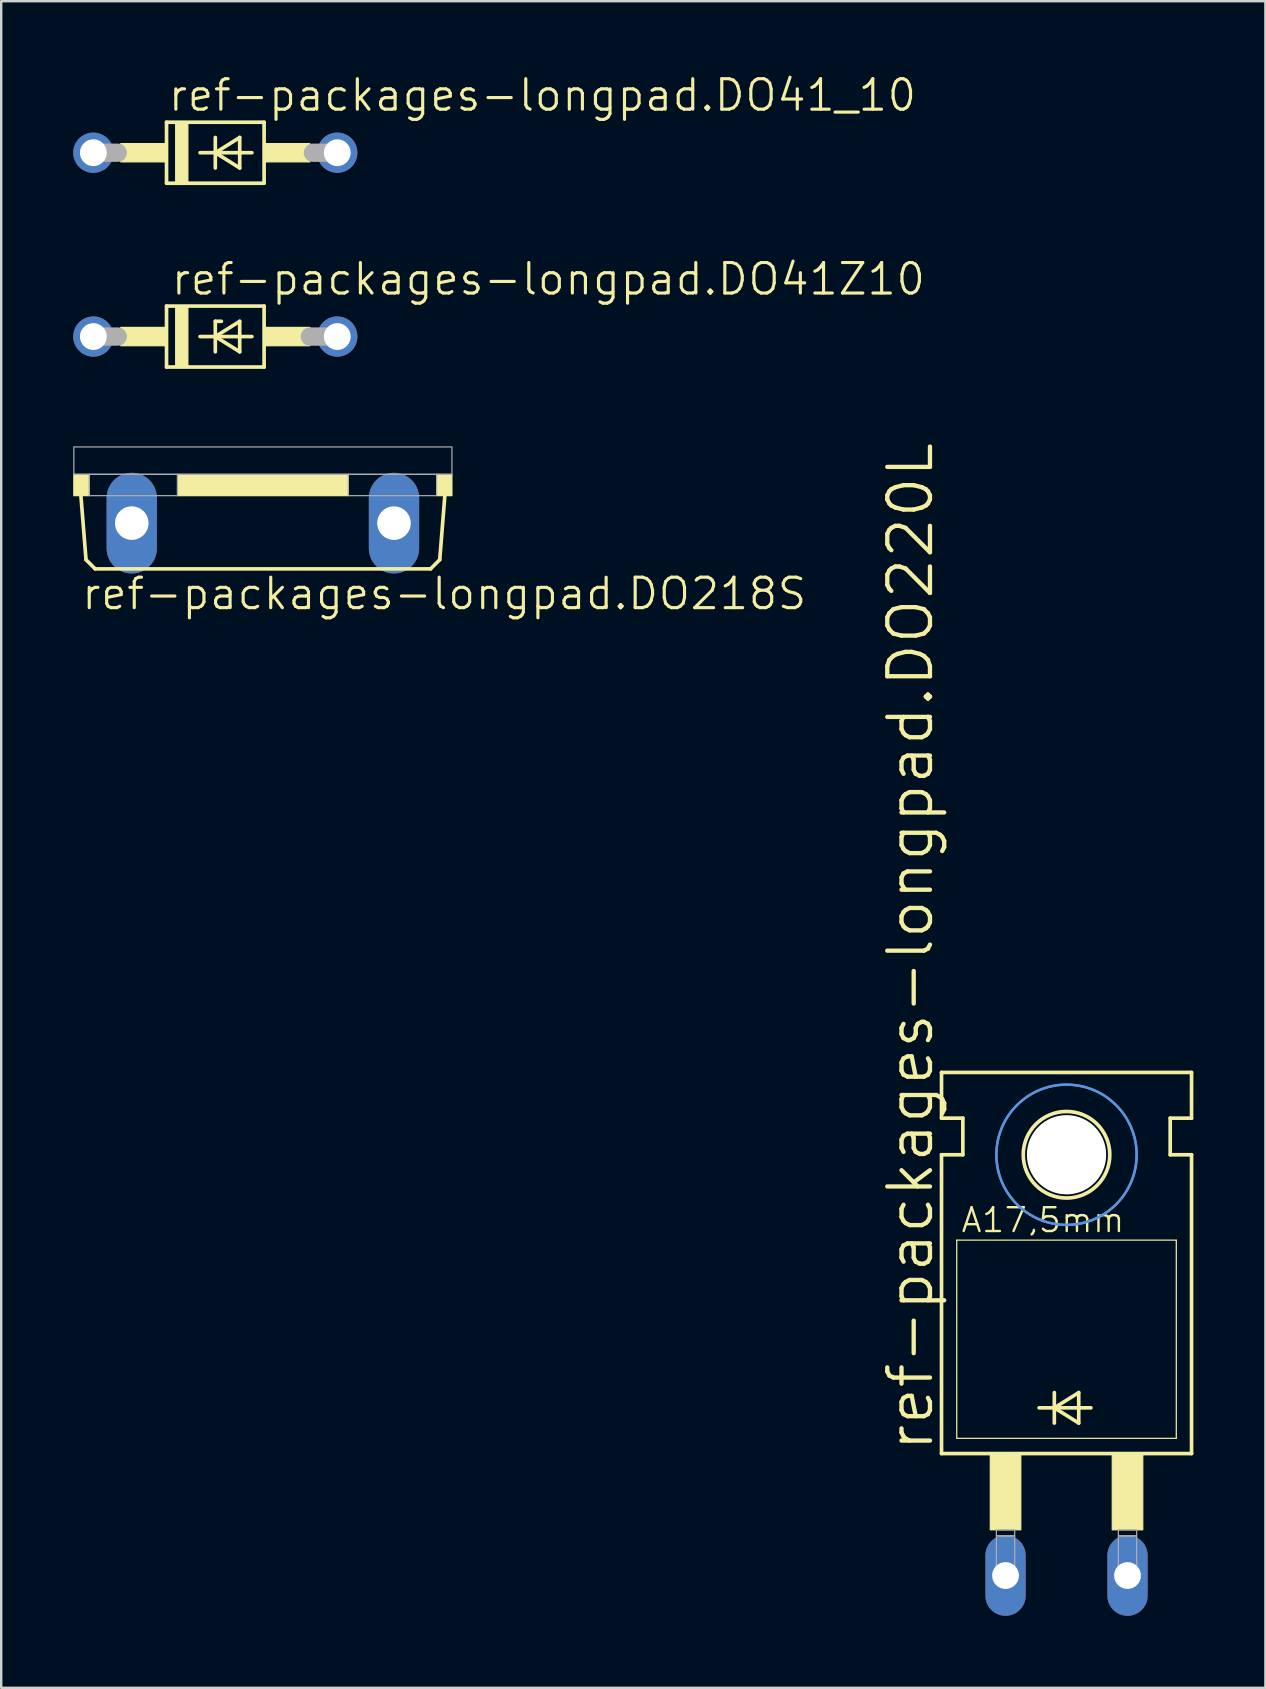
<source format=kicad_pcb>
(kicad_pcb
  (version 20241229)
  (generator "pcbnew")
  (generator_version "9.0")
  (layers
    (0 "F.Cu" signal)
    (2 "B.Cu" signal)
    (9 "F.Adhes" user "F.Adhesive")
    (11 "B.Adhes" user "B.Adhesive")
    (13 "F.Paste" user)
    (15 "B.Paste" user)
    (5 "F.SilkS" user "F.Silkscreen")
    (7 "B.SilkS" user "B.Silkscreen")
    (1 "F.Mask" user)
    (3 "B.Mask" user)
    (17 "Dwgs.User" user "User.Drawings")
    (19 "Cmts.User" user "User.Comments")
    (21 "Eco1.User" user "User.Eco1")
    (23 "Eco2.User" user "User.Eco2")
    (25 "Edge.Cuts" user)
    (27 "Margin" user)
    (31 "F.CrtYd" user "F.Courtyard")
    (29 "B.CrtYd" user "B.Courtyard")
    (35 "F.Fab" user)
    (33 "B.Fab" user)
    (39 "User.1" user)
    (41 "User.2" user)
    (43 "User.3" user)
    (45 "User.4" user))
  (footprint "ref-packages-longpad.DO41_10"
    (layer "F.Cu")
    (at 5.918 3.311)
    (property "Reference" "ref-packages-longpad.DO41_10" (at -2.032 -1.651 0) (layer "F.SilkS") (effects (font (size 1.27 1.27) (thickness 0.13)) (justify left bottom)))
    (attr through_hole)
    (fp_line (start -2.032 -1.27) (end -2.032 1.27) (stroke (width 0.152) (type default)) (layer "F.SilkS"))
    (fp_line (start -2.032 -1.27) (end 2.032 -1.27) (stroke (width 0.152) (type default)) (layer "F.SilkS"))
    (fp_line (start -0.635 0) (end 0 0) (stroke (width 0.152) (type default)) (layer "F.SilkS"))
    (fp_line (start 0 -0.635) (end 0 0) (stroke (width 0.152) (type default)) (layer "F.SilkS"))
    (fp_line (start 0 0) (end 0 0.635) (stroke (width 0.152) (type default)) (layer "F.SilkS"))
    (fp_line (start 0 0) (end 1.016 -0.635) (stroke (width 0.152) (type default)) (layer "F.SilkS"))
    (fp_line (start 0 0) (end 1.524 0) (stroke (width 0.152) (type default)) (layer "F.SilkS"))
    (fp_line (start 1.016 -0.635) (end 1.016 0.635) (stroke (width 0.152) (type default)) (layer "F.SilkS"))
    (fp_line (start 1.016 0.635) (end 0 0) (stroke (width 0.152) (type default)) (layer "F.SilkS"))
    (fp_line (start 2.032 1.27) (end -2.032 1.27) (stroke (width 0.152) (type default)) (layer "F.SilkS"))
    (fp_line (start 2.032 1.27) (end 2.032 -1.27) (stroke (width 0.152) (type default)) (layer "F.SilkS"))
    (fp_rect (start -3.937 0.381) (end -2.032 -0.381) (stroke (width 0.05) (type default)) (fill yes) (layer "F.SilkS"))
    (fp_rect (start -1.651 1.27) (end -1.143 -1.27) (stroke (width 0.05) (type default)) (fill yes) (layer "F.SilkS"))
    (fp_rect (start 2.032 0.381) (end 3.937 -0.381) (stroke (width 0.05) (type default)) (fill yes) (layer "F.SilkS"))
    (fp_line (start -5.08 0) (end -4.064 0) (stroke (width 0.762) (type default)) (layer "F.Fab"))
    (fp_line (start 5.08 0) (end 4.064 0) (stroke (width 0.762) (type default)) (layer "F.Fab"))
    (pad "A" thru_hole circle (at 5.08 0) (size 1.676 1.676) (drill 1.118) (layers "*.Cu" "*.Mask"))
    (pad "C" thru_hole circle (at -5.08 0) (size 1.676 1.676) (drill 1.118) (layers "*.Cu" "*.Mask")))
  (footprint "ref-packages-longpad.DO41Z10"
    (layer "F.Cu")
    (at 5.918 10.968)
    (property "Reference" "ref-packages-longpad.DO41Z10" (at -1.905 -1.651 0) (layer "F.SilkS") (effects (font (size 1.27 1.27) (thickness 0.13)) (justify left bottom)))
    (attr through_hole)
    (fp_line (start -2.032 -1.27) (end -2.032 1.27) (stroke (width 0.152) (type default)) (layer "F.SilkS"))
    (fp_line (start -2.032 -1.27) (end 2.032 -1.27) (stroke (width 0.152) (type default)) (layer "F.SilkS"))
    (fp_line (start -0.635 0) (end 0 0) (stroke (width 0.152) (type default)) (layer "F.SilkS"))
    (fp_line (start 0 -0.635) (end 0 0) (stroke (width 0.152) (type default)) (layer "F.SilkS"))
    (fp_line (start 0 0) (end 0 0.635) (stroke (width 0.152) (type default)) (layer "F.SilkS"))
    (fp_line (start 0 0) (end 1.016 -0.635) (stroke (width 0.152) (type default)) (layer "F.SilkS"))
    (fp_line (start 0 0) (end 1.524 0) (stroke (width 0.152) (type default)) (layer "F.SilkS"))
    (fp_line (start 0.254 -0.635) (end 0 -0.635) (stroke (width 0.152) (type default)) (layer "F.SilkS"))
    (fp_line (start 1.016 -0.635) (end 1.016 0.635) (stroke (width 0.152) (type default)) (layer "F.SilkS"))
    (fp_line (start 1.016 0.635) (end 0 0) (stroke (width 0.152) (type default)) (layer "F.SilkS"))
    (fp_line (start 2.032 1.27) (end -2.032 1.27) (stroke (width 0.152) (type default)) (layer "F.SilkS"))
    (fp_line (start 2.032 1.27) (end 2.032 -1.27) (stroke (width 0.152) (type default)) (layer "F.SilkS"))
    (fp_rect (start -3.937 0.381) (end -2.032 -0.381) (stroke (width 0.05) (type default)) (fill yes) (layer "F.SilkS"))
    (fp_rect (start -1.651 1.27) (end -1.143 -1.27) (stroke (width 0.05) (type default)) (fill yes) (layer "F.SilkS"))
    (fp_rect (start 2.032 0.381) (end 3.937 -0.381) (stroke (width 0.05) (type default)) (fill yes) (layer "F.SilkS"))
    (fp_line (start -5.08 0) (end -4.064 0) (stroke (width 0.762) (type default)) (layer "F.Fab"))
    (fp_line (start 5.08 0) (end 3.937 0) (stroke (width 0.762) (type default)) (layer "F.Fab"))
    (pad "A" thru_hole circle (at 5.08 0) (size 1.676 1.676) (drill 1.118) (layers "*.Cu" "*.Mask"))
    (pad "C" thru_hole circle (at -5.08 0) (size 1.676 1.676) (drill 1.118) (layers "*.Cu" "*.Mask")))
  (footprint "ref-packages-longpad.DO220L"
    (layer "F.Cu")
    (at 41.372 56.223)
    (property "Reference" "ref-packages-longpad.DO220L" (at -5.461 1.27 90) (layer "F.SilkS") (effects (font (size 1.778 1.778) (thickness 0.18)) (justify left bottom)))
    (attr through_hole)
    (fp_line (start -5.207 -12.7) (end -5.207 -14.605) (stroke (width 0.152) (type default)) (layer "F.SilkS"))
    (fp_line (start -5.207 -11.176) (end -4.318 -11.176) (stroke (width 0.152) (type default)) (layer "F.SilkS"))
    (fp_line (start -5.207 1.27) (end -5.207 -11.176) (stroke (width 0.152) (type default)) (layer "F.SilkS"))
    (fp_line (start -5.207 1.27) (end 5.207 1.27) (stroke (width 0.152) (type default)) (layer "F.SilkS"))
    (fp_line (start -4.572 0.635) (end -4.572 -7.62) (stroke (width 0.051) (type default)) (layer "F.SilkS"))
    (fp_line (start -4.572 0.635) (end 4.572 0.635) (stroke (width 0.051) (type default)) (layer "F.SilkS"))
    (fp_line (start -4.318 -12.7) (end -5.207 -12.7) (stroke (width 0.152) (type default)) (layer "F.SilkS"))
    (fp_line (start -4.318 -11.176) (end -4.318 -12.7) (stroke (width 0.152) (type default)) (layer "F.SilkS"))
    (fp_line (start -1.143 -0.635) (end -0.508 -0.635) (stroke (width 0.152) (type default)) (layer "F.SilkS"))
    (fp_line (start -0.508 -1.27) (end -0.508 -0.635) (stroke (width 0.152) (type default)) (layer "F.SilkS"))
    (fp_line (start -0.508 -0.635) (end -0.508 0) (stroke (width 0.152) (type default)) (layer "F.SilkS"))
    (fp_line (start -0.508 -0.635) (end 0.508 -1.27) (stroke (width 0.152) (type default)) (layer "F.SilkS"))
    (fp_line (start -0.508 -0.635) (end 1.016 -0.635) (stroke (width 0.152) (type default)) (layer "F.SilkS"))
    (fp_line (start 0.508 -1.27) (end 0.508 0) (stroke (width 0.152) (type default)) (layer "F.SilkS"))
    (fp_line (start 0.508 0) (end -0.508 -0.635) (stroke (width 0.152) (type default)) (layer "F.SilkS"))
    (fp_line (start 4.318 -12.7) (end 5.207 -12.7) (stroke (width 0.152) (type default)) (layer "F.SilkS"))
    (fp_line (start 4.318 -11.176) (end 4.318 -12.7) (stroke (width 0.152) (type default)) (layer "F.SilkS"))
    (fp_line (start 4.572 -7.62) (end -4.572 -7.62) (stroke (width 0.051) (type default)) (layer "F.SilkS"))
    (fp_line (start 4.572 -7.62) (end 4.572 0.635) (stroke (width 0.051) (type default)) (layer "F.SilkS"))
    (fp_line (start 5.207 -14.605) (end -5.207 -14.605) (stroke (width 0.152) (type default)) (layer "F.SilkS"))
    (fp_line (start 5.207 -12.7) (end 5.207 -14.605) (stroke (width 0.152) (type default)) (layer "F.SilkS"))
    (fp_line (start 5.207 -11.176) (end 4.318 -11.176) (stroke (width 0.152) (type default)) (layer "F.SilkS"))
    (fp_line (start 5.207 1.27) (end 5.207 -11.176) (stroke (width 0.152) (type default)) (layer "F.SilkS"))
    (fp_rect (start -3.175 4.445) (end -1.905 1.27) (stroke (width 0.05) (type default)) (fill yes) (layer "F.SilkS"))
    (fp_rect (start 1.905 4.445) (end 3.175 1.27) (stroke (width 0.05) (type default)) (fill yes) (layer "F.SilkS"))
    (fp_circle (center 0 -11.176) (end 1.803 -11.176) (stroke (width 0.152) (type default)) (fill no) (layer "F.SilkS"))
    (fp_circle (center 0 -11.176) (end 2.921 -11.176) (stroke (width 0.1) (type default)) (fill no) (layer "Cmts.User"))
    (fp_circle (center 0 -11.176) (end 2.921 -11.176) (stroke (width 0.1) (type default)) (fill no) (layer "Cmts.User"))
    (fp_rect (start -2.921 4.699) (end -2.159 4.445) (stroke (width 0.05) (type default)) (fill no) (layer "F.Fab"))
    (fp_rect (start -2.921 6.35) (end -2.159 4.699) (stroke (width 0.05) (type default)) (fill no) (layer "F.Fab"))
    (fp_rect (start 2.159 4.699) (end 2.921 4.445) (stroke (width 0.05) (type default)) (fill no) (layer "F.Fab"))
    (fp_rect (start 2.159 6.35) (end 2.921 4.699) (stroke (width 0.05) (type default)) (fill no) (layer "F.Fab"))
    (fp_text user "A17,5mm" (at -4.445 -7.874 0) (layer "F.SilkS") (effects (font (size 0.991 0.991) (thickness 0.1)) (justify left bottom)))
    (pad "" np_thru_hole circle (at 0 -11.176) (size 3.302 3.302) (drill 3.302) (layers "*.Cu" "*.Mask"))
    (pad "A" thru_hole oval (at 2.54 6.35 90) (size 3.353 1.676) (drill 1.118) (layers "*.Cu" "*.Mask"))
    (pad "C" thru_hole oval (at -2.54 6.35 90) (size 3.353 1.676) (drill 1.118) (layers "*.Cu" "*.Mask")))
  (footprint "ref-packages-longpad.DO218S"
    (layer "F.Cu")
    (at 7.899 15.564)
    (property "Reference" "ref-packages-longpad.DO218S" (at -7.62 6.858 0) (layer "F.SilkS") (effects (font (size 1.27 1.27) (thickness 0.13)) (justify left bottom)))
    (attr through_hole)
    (fp_line (start -7.366 4.699) (end -7.62 1.524) (stroke (width 0.152) (type default)) (layer "F.SilkS"))
    (fp_line (start -6.985 5.08) (end -7.366 4.699) (stroke (width 0.152) (type default)) (layer "F.SilkS"))
    (fp_line (start -6.985 5.08) (end 6.985 5.08) (stroke (width 0.152) (type default)) (layer "F.SilkS"))
    (fp_line (start 6.985 5.08) (end 7.366 4.699) (stroke (width 0.152) (type default)) (layer "F.SilkS"))
    (fp_line (start 7.366 4.699) (end 7.62 1.524) (stroke (width 0.152) (type default)) (layer "F.SilkS"))
    (fp_rect (start -7.874 2.032) (end -7.239 1.143) (stroke (width 0.05) (type default)) (fill yes) (layer "F.SilkS"))
    (fp_rect (start -3.556 2.032) (end 3.556 1.143) (stroke (width 0.05) (type default)) (fill yes) (layer "F.SilkS"))
    (fp_rect (start 7.239 2.032) (end 7.874 1.143) (stroke (width 0.05) (type default)) (fill yes) (layer "F.SilkS"))
    (fp_rect (start -7.874 1.143) (end 7.874 0) (stroke (width 0.05) (type default)) (fill no) (layer "F.Fab"))
    (fp_rect (start -7.239 2.032) (end -3.556 1.143) (stroke (width 0.05) (type default)) (fill no) (layer "F.Fab"))
    (fp_rect (start 3.556 2.032) (end 7.239 1.143) (stroke (width 0.05) (type default)) (fill no) (layer "F.Fab"))
    (pad "A" thru_hole oval (at 5.461 3.175 90) (size 4.191 2.095) (drill 1.397) (layers "*.Cu" "*.Mask"))
    (pad "C" thru_hole oval (at -5.461 3.175 90) (size 4.191 2.095) (drill 1.397) (layers "*.Cu" "*.Mask")))
  (gr_rect
    (start -3 -3)
    (end 49.655 67.25)
    (stroke (width 0.1) (type default))
    (fill no)
    (layer "Edge.Cuts")))
</source>
